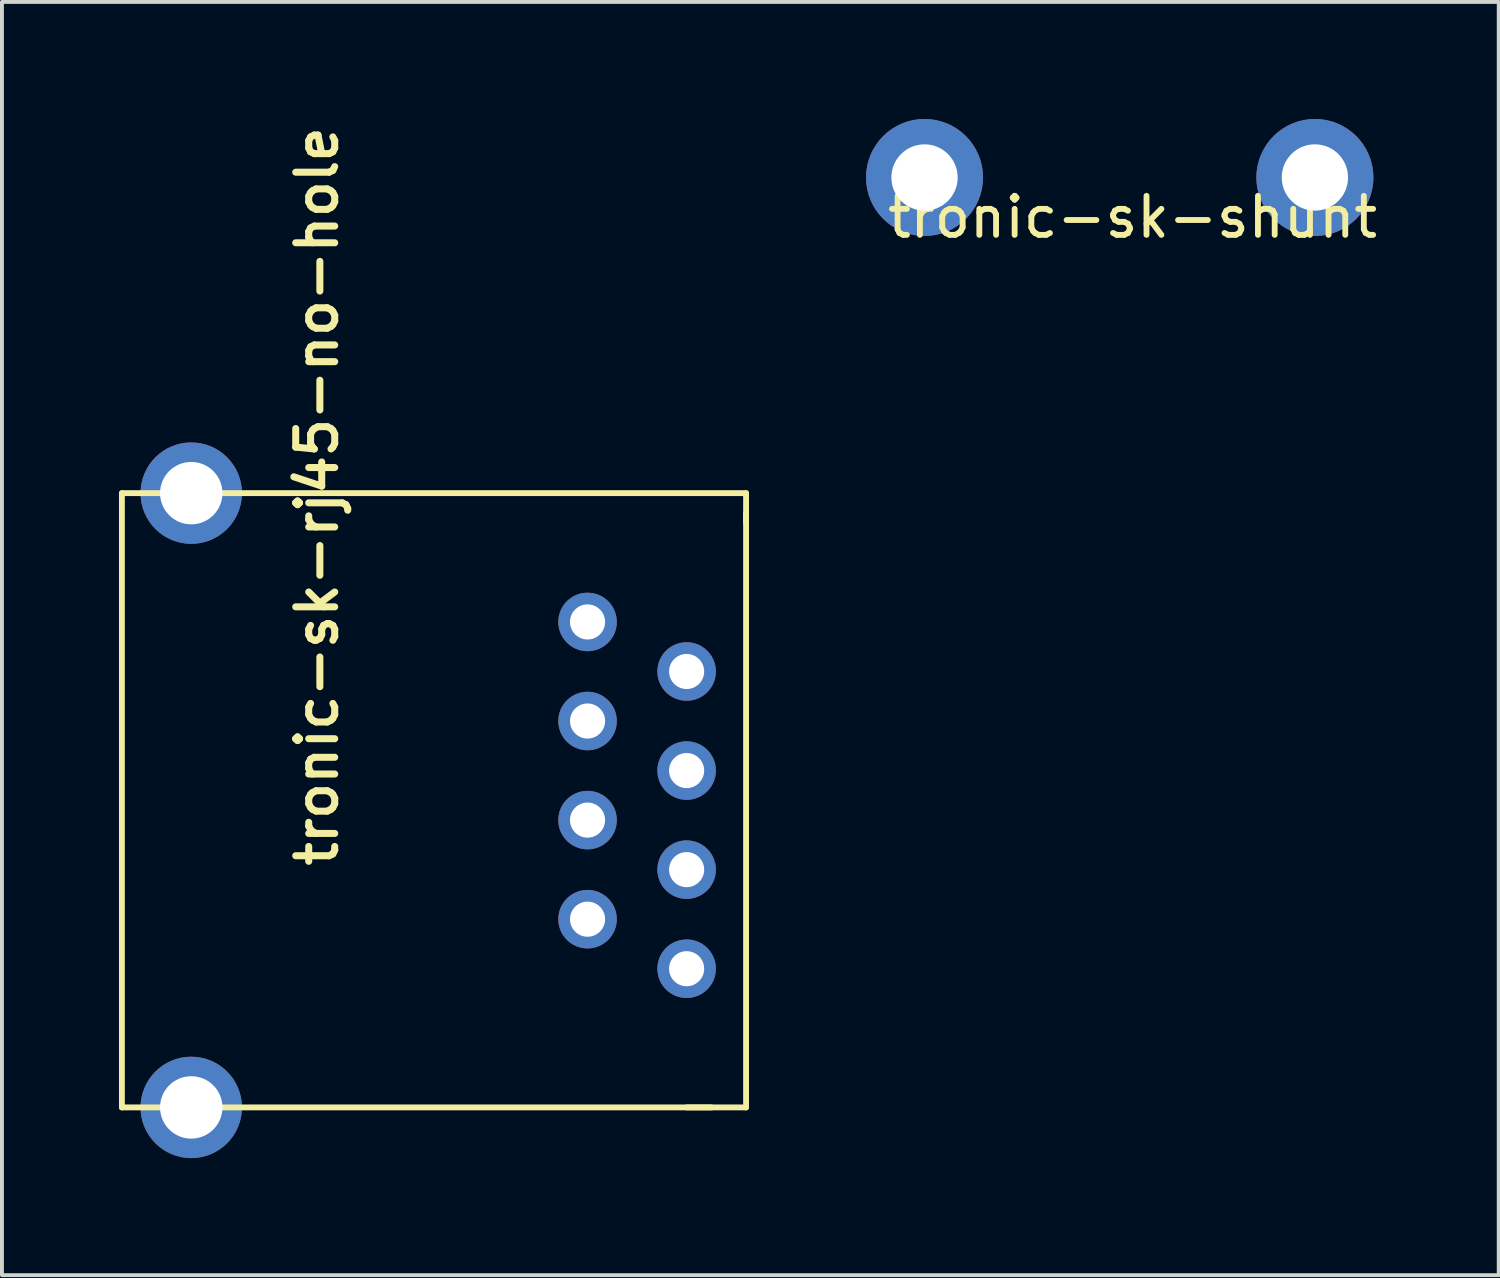
<source format=kicad_pcb>
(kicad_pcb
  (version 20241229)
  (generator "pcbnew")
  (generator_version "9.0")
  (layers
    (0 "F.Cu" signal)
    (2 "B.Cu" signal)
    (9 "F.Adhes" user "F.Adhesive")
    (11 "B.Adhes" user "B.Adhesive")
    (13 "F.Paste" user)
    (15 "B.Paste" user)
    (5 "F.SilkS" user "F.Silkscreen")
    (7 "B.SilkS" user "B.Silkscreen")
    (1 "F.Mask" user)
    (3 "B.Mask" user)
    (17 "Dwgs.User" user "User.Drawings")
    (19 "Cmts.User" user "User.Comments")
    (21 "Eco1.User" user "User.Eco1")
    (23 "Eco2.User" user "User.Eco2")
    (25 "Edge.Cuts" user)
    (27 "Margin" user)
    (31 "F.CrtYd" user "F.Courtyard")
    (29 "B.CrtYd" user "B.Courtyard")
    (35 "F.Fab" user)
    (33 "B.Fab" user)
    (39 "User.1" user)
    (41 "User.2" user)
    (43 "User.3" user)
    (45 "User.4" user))
  (footprint "tronic-sk-rj45-no-hole"
    (layer "F.Cu")
    (at 10.235 17.975)
    (property "Reference" "tronic-sk-rj45-no-hole" (at -4.572 1.27 90) (layer "F.SilkS") (effects (font (size 1 1) (thickness 0.18)) (justify left bottom)))
    (attr through_hole)
    (fp_line (start -10.16 -8.382) (end -10.16 7.366) (stroke (width 0.15) (type solid)) (layer "F.SilkS"))
    (fp_line (start -10.16 7.366) (end 4.953 7.366) (stroke (width 0.15) (type solid)) (layer "F.SilkS"))
    (fp_line (start 4.318 7.366) (end 5.842 7.366) (stroke (width 0.15) (type solid)) (layer "F.SilkS"))
    (fp_line (start 5.842 -8.382) (end -10.16 -8.382) (stroke (width 0.15) (type solid)) (layer "F.SilkS"))
    (fp_line (start 5.842 -8.382) (end 5.842 -7.62) (stroke (width 0.15) (type solid)) (layer "F.SilkS"))
    (fp_line (start 5.842 7.366) (end 5.842 -7.874) (stroke (width 0.15) (type solid)) (layer "F.SilkS"))
    (pad "1" thru_hole circle (at 1.778 -5.08) (size 1.5 1.5) (drill 0.9) (layers "*.Cu" "*.Mask"))
    (pad "2" thru_hole circle (at 4.318 -3.81) (size 1.5 1.5) (drill 0.9) (layers "*.Cu" "*.Mask"))
    (pad "3" thru_hole circle (at 1.778 -2.54) (size 1.5 1.5) (drill 0.9) (layers "*.Cu" "*.Mask"))
    (pad "4" thru_hole circle (at 4.318 -1.27) (size 1.5 1.5) (drill 0.9) (layers "*.Cu" "*.Mask"))
    (pad "5" thru_hole circle (at 1.778 0) (size 1.5 1.5) (drill 0.9) (layers "*.Cu" "*.Mask"))
    (pad "6" thru_hole circle (at 4.318 1.27) (size 1.5 1.5) (drill 0.9) (layers "*.Cu" "*.Mask"))
    (pad "7" thru_hole circle (at 1.778 2.54) (size 1.5 1.5) (drill 0.9) (layers "*.Cu" "*.Mask"))
    (pad "8" thru_hole circle (at 4.318 3.81) (size 1.5 1.5) (drill 0.9) (layers "*.Cu" "*.Mask"))
    (pad "9" thru_hole circle (at -8.382 -8.382) (size 2.6 2.6) (drill 1.6) (layers "*.Cu" "*.Mask"))
    (pad "9" thru_hole circle (at -8.382 7.366) (size 2.6 2.6) (drill 1.6) (layers "*.Cu" "*.Mask")))
  (footprint "tronic-sk-shunt"
    (layer "F.Cu")
    (at 20.652 1.5)
    (property "Reference" "tronic-sk-shunt" (at 5.334 1.016 0) (layer "F.SilkS") (effects (font (size 1 1) (thickness 0.15))))
    (attr through_hole)
    (pad "1" thru_hole circle (at 0 0) (size 3 3) (drill 1.7) (layers "*.Cu" "*.Mask"))
    (pad "2" thru_hole circle (at 10.008 0) (size 3 3) (drill 1.7) (layers "*.Cu" "*.Mask")))
  (gr_rect
    (start -3 -3)
    (end 35.373 29.641)
    (stroke (width 0.1) (type default))
    (fill no)
    (layer "Edge.Cuts")))
</source>
